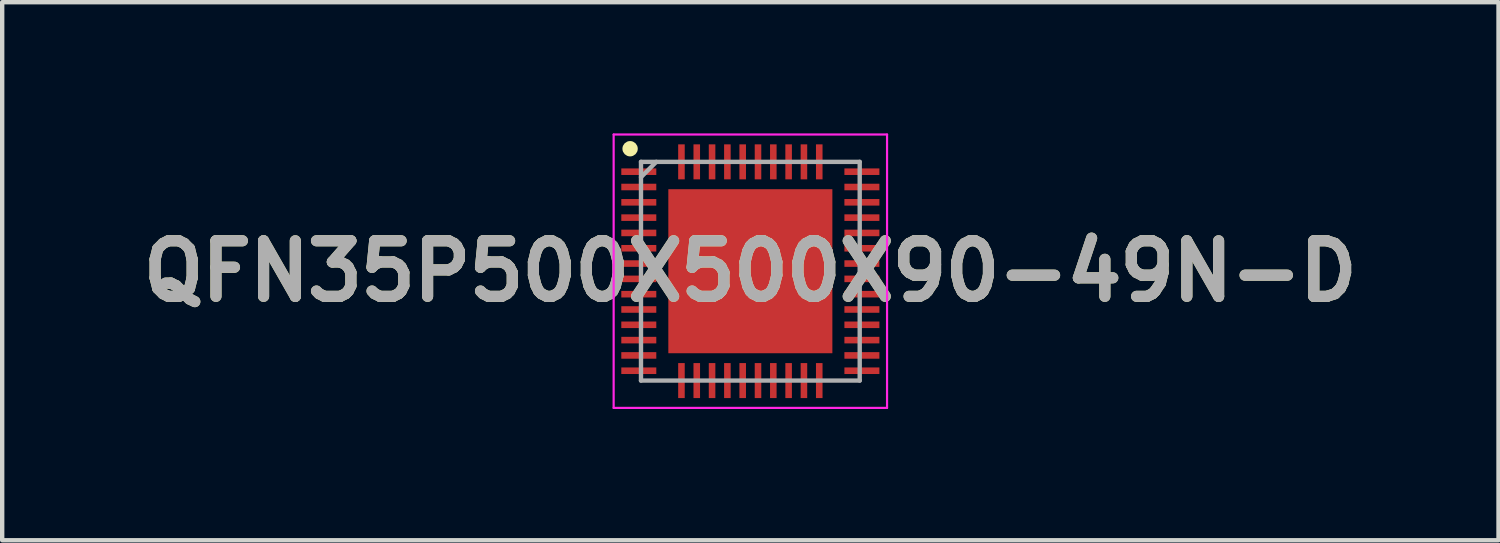
<source format=kicad_pcb>
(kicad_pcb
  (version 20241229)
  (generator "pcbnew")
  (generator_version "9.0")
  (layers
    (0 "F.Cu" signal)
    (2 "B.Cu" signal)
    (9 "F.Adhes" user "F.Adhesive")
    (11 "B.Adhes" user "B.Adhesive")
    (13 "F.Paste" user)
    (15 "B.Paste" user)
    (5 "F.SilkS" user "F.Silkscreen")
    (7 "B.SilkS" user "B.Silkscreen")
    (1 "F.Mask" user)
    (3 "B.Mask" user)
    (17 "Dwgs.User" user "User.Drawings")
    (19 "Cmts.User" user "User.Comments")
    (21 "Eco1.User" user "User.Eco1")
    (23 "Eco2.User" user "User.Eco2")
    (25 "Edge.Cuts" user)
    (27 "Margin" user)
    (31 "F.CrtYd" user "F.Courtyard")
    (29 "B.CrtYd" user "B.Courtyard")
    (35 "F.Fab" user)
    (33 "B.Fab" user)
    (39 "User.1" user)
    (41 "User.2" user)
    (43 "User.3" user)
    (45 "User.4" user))
  (footprint "QFN35P500X500X90-49N-D"
    (layer "F.Cu")
    (at 14.103 3.15)
    (property "Reference" "QFN35P500X500X90-49N-D" (at 0 0 0) (layer "F.SilkS") (effects (font (size 1.27 1.27) (thickness 0.254))))
    (attr smd)
    (fp_circle (center -2.749 -2.8) (end -2.749 -2.712) (stroke (width 0.175) (type solid)) (fill no) (layer "F.SilkS"))
    (fp_line (start -3.125 -3.125) (end 3.125 -3.125) (stroke (width 0.05) (type solid)) (layer "F.CrtYd"))
    (fp_line (start -3.125 3.125) (end -3.125 -3.125) (stroke (width 0.05) (type solid)) (layer "F.CrtYd"))
    (fp_line (start 3.125 -3.125) (end 3.125 3.125) (stroke (width 0.05) (type solid)) (layer "F.CrtYd"))
    (fp_line (start 3.125 3.125) (end -3.125 3.125) (stroke (width 0.05) (type solid)) (layer "F.CrtYd"))
    (fp_line (start -2.5 -2.5) (end 2.5 -2.5) (stroke (width 0.1) (type solid)) (layer "F.Fab"))
    (fp_line (start -2.5 -2.15) (end -2.15 -2.5) (stroke (width 0.1) (type solid)) (layer "F.Fab"))
    (fp_line (start -2.5 2.5) (end -2.5 -2.5) (stroke (width 0.1) (type solid)) (layer "F.Fab"))
    (fp_line (start 2.5 -2.5) (end 2.5 2.5) (stroke (width 0.1) (type solid)) (layer "F.Fab"))
    (fp_line (start 2.5 2.5) (end -2.5 2.5) (stroke (width 0.1) (type solid)) (layer "F.Fab"))
    (fp_text user "${REFERENCE}" (at 0 0 0) (layer "F.Fab") (effects (font (size 1.27 1.27) (thickness 0.254))))
    (pad "1" smd rect (at -2.55 -2.275 90) (size 0.15 0.8) (layers "F.Cu" "F.Mask" "F.Paste"))
    (pad "2" smd rect (at -2.55 -1.925 90) (size 0.15 0.8) (layers "F.Cu" "F.Mask" "F.Paste"))
    (pad "3" smd rect (at -2.55 -1.575 90) (size 0.15 0.8) (layers "F.Cu" "F.Mask" "F.Paste"))
    (pad "4" smd rect (at -2.55 -1.225 90) (size 0.15 0.8) (layers "F.Cu" "F.Mask" "F.Paste"))
    (pad "5" smd rect (at -2.55 -0.875 90) (size 0.15 0.8) (layers "F.Cu" "F.Mask" "F.Paste"))
    (pad "6" smd rect (at -2.55 -0.525 90) (size 0.15 0.8) (layers "F.Cu" "F.Mask" "F.Paste"))
    (pad "7" smd rect (at -2.55 -0.175 90) (size 0.15 0.8) (layers "F.Cu" "F.Mask" "F.Paste"))
    (pad "8" smd rect (at -2.55 0.175 90) (size 0.15 0.8) (layers "F.Cu" "F.Mask" "F.Paste"))
    (pad "9" smd rect (at -2.55 0.525 90) (size 0.15 0.8) (layers "F.Cu" "F.Mask" "F.Paste"))
    (pad "10" smd rect (at -2.55 0.875 90) (size 0.15 0.8) (layers "F.Cu" "F.Mask" "F.Paste"))
    (pad "11" smd rect (at -2.55 1.225 90) (size 0.15 0.8) (layers "F.Cu" "F.Mask" "F.Paste"))
    (pad "12" smd rect (at -2.55 1.575 90) (size 0.15 0.8) (layers "F.Cu" "F.Mask" "F.Paste"))
    (pad "13" smd rect (at -2.55 1.925 90) (size 0.15 0.8) (layers "F.Cu" "F.Mask" "F.Paste"))
    (pad "14" smd rect (at -2.55 2.275 90) (size 0.15 0.8) (layers "F.Cu" "F.Mask" "F.Paste"))
    (pad "15" smd rect (at -1.575 2.5) (size 0.15 0.8) (layers "F.Cu" "F.Mask" "F.Paste"))
    (pad "16" smd rect (at -1.225 2.5) (size 0.15 0.8) (layers "F.Cu" "F.Mask" "F.Paste"))
    (pad "17" smd rect (at -0.875 2.5) (size 0.15 0.8) (layers "F.Cu" "F.Mask" "F.Paste"))
    (pad "18" smd rect (at -0.525 2.5) (size 0.15 0.8) (layers "F.Cu" "F.Mask" "F.Paste"))
    (pad "19" smd rect (at -0.175 2.5) (size 0.15 0.8) (layers "F.Cu" "F.Mask" "F.Paste"))
    (pad "20" smd rect (at 0.175 2.5) (size 0.15 0.8) (layers "F.Cu" "F.Mask" "F.Paste"))
    (pad "21" smd rect (at 0.525 2.5) (size 0.15 0.8) (layers "F.Cu" "F.Mask" "F.Paste"))
    (pad "22" smd rect (at 0.875 2.5) (size 0.15 0.8) (layers "F.Cu" "F.Mask" "F.Paste"))
    (pad "23" smd rect (at 1.225 2.5) (size 0.15 0.8) (layers "F.Cu" "F.Mask" "F.Paste"))
    (pad "24" smd rect (at 1.575 2.5) (size 0.15 0.8) (layers "F.Cu" "F.Mask" "F.Paste"))
    (pad "25" smd rect (at 2.55 2.275 90) (size 0.15 0.8) (layers "F.Cu" "F.Mask" "F.Paste"))
    (pad "26" smd rect (at 2.55 1.925 90) (size 0.15 0.8) (layers "F.Cu" "F.Mask" "F.Paste"))
    (pad "27" smd rect (at 2.55 1.575 90) (size 0.15 0.8) (layers "F.Cu" "F.Mask" "F.Paste"))
    (pad "28" smd rect (at 2.55 1.225 90) (size 0.15 0.8) (layers "F.Cu" "F.Mask" "F.Paste"))
    (pad "29" smd rect (at 2.55 0.875 90) (size 0.15 0.8) (layers "F.Cu" "F.Mask" "F.Paste"))
    (pad "30" smd rect (at 2.55 0.525 90) (size 0.15 0.8) (layers "F.Cu" "F.Mask" "F.Paste"))
    (pad "31" smd rect (at 2.55 0.175 90) (size 0.15 0.8) (layers "F.Cu" "F.Mask" "F.Paste"))
    (pad "32" smd rect (at 2.55 -0.175 90) (size 0.15 0.8) (layers "F.Cu" "F.Mask" "F.Paste"))
    (pad "33" smd rect (at 2.55 -0.525 90) (size 0.15 0.8) (layers "F.Cu" "F.Mask" "F.Paste"))
    (pad "34" smd rect (at 2.55 -0.875 90) (size 0.15 0.8) (layers "F.Cu" "F.Mask" "F.Paste"))
    (pad "35" smd rect (at 2.55 -1.225 90) (size 0.15 0.8) (layers "F.Cu" "F.Mask" "F.Paste"))
    (pad "36" smd rect (at 2.55 -1.575 90) (size 0.15 0.8) (layers "F.Cu" "F.Mask" "F.Paste"))
    (pad "37" smd rect (at 2.55 -1.925 90) (size 0.15 0.8) (layers "F.Cu" "F.Mask" "F.Paste"))
    (pad "38" smd rect (at 2.55 -2.275 90) (size 0.15 0.8) (layers "F.Cu" "F.Mask" "F.Paste"))
    (pad "39" smd rect (at 1.575 -2.5) (size 0.15 0.8) (layers "F.Cu" "F.Mask" "F.Paste"))
    (pad "40" smd rect (at 1.225 -2.5) (size 0.15 0.8) (layers "F.Cu" "F.Mask" "F.Paste"))
    (pad "41" smd rect (at 0.875 -2.5) (size 0.15 0.8) (layers "F.Cu" "F.Mask" "F.Paste"))
    (pad "42" smd rect (at 0.525 -2.5) (size 0.15 0.8) (layers "F.Cu" "F.Mask" "F.Paste"))
    (pad "43" smd rect (at 0.175 -2.5) (size 0.15 0.8) (layers "F.Cu" "F.Mask" "F.Paste"))
    (pad "44" smd rect (at -0.175 -2.5) (size 0.15 0.8) (layers "F.Cu" "F.Mask" "F.Paste"))
    (pad "45" smd rect (at -0.525 -2.5) (size 0.15 0.8) (layers "F.Cu" "F.Mask" "F.Paste"))
    (pad "46" smd rect (at -0.875 -2.5) (size 0.15 0.8) (layers "F.Cu" "F.Mask" "F.Paste"))
    (pad "47" smd rect (at -1.225 -2.5) (size 0.15 0.8) (layers "F.Cu" "F.Mask" "F.Paste"))
    (pad "48" smd rect (at -1.575 -2.5) (size 0.15 0.8) (layers "F.Cu" "F.Mask" "F.Paste"))
    (pad "49" smd rect (at 0 0) (size 3.75 3.75) (layers "F.Cu" "F.Mask" "F.Paste")))
  (gr_rect
    (start -3 -3)
    (end 31.206 9.3)
    (stroke (width 0.1) (type default))
    (fill no)
    (layer "Edge.Cuts")))
</source>
